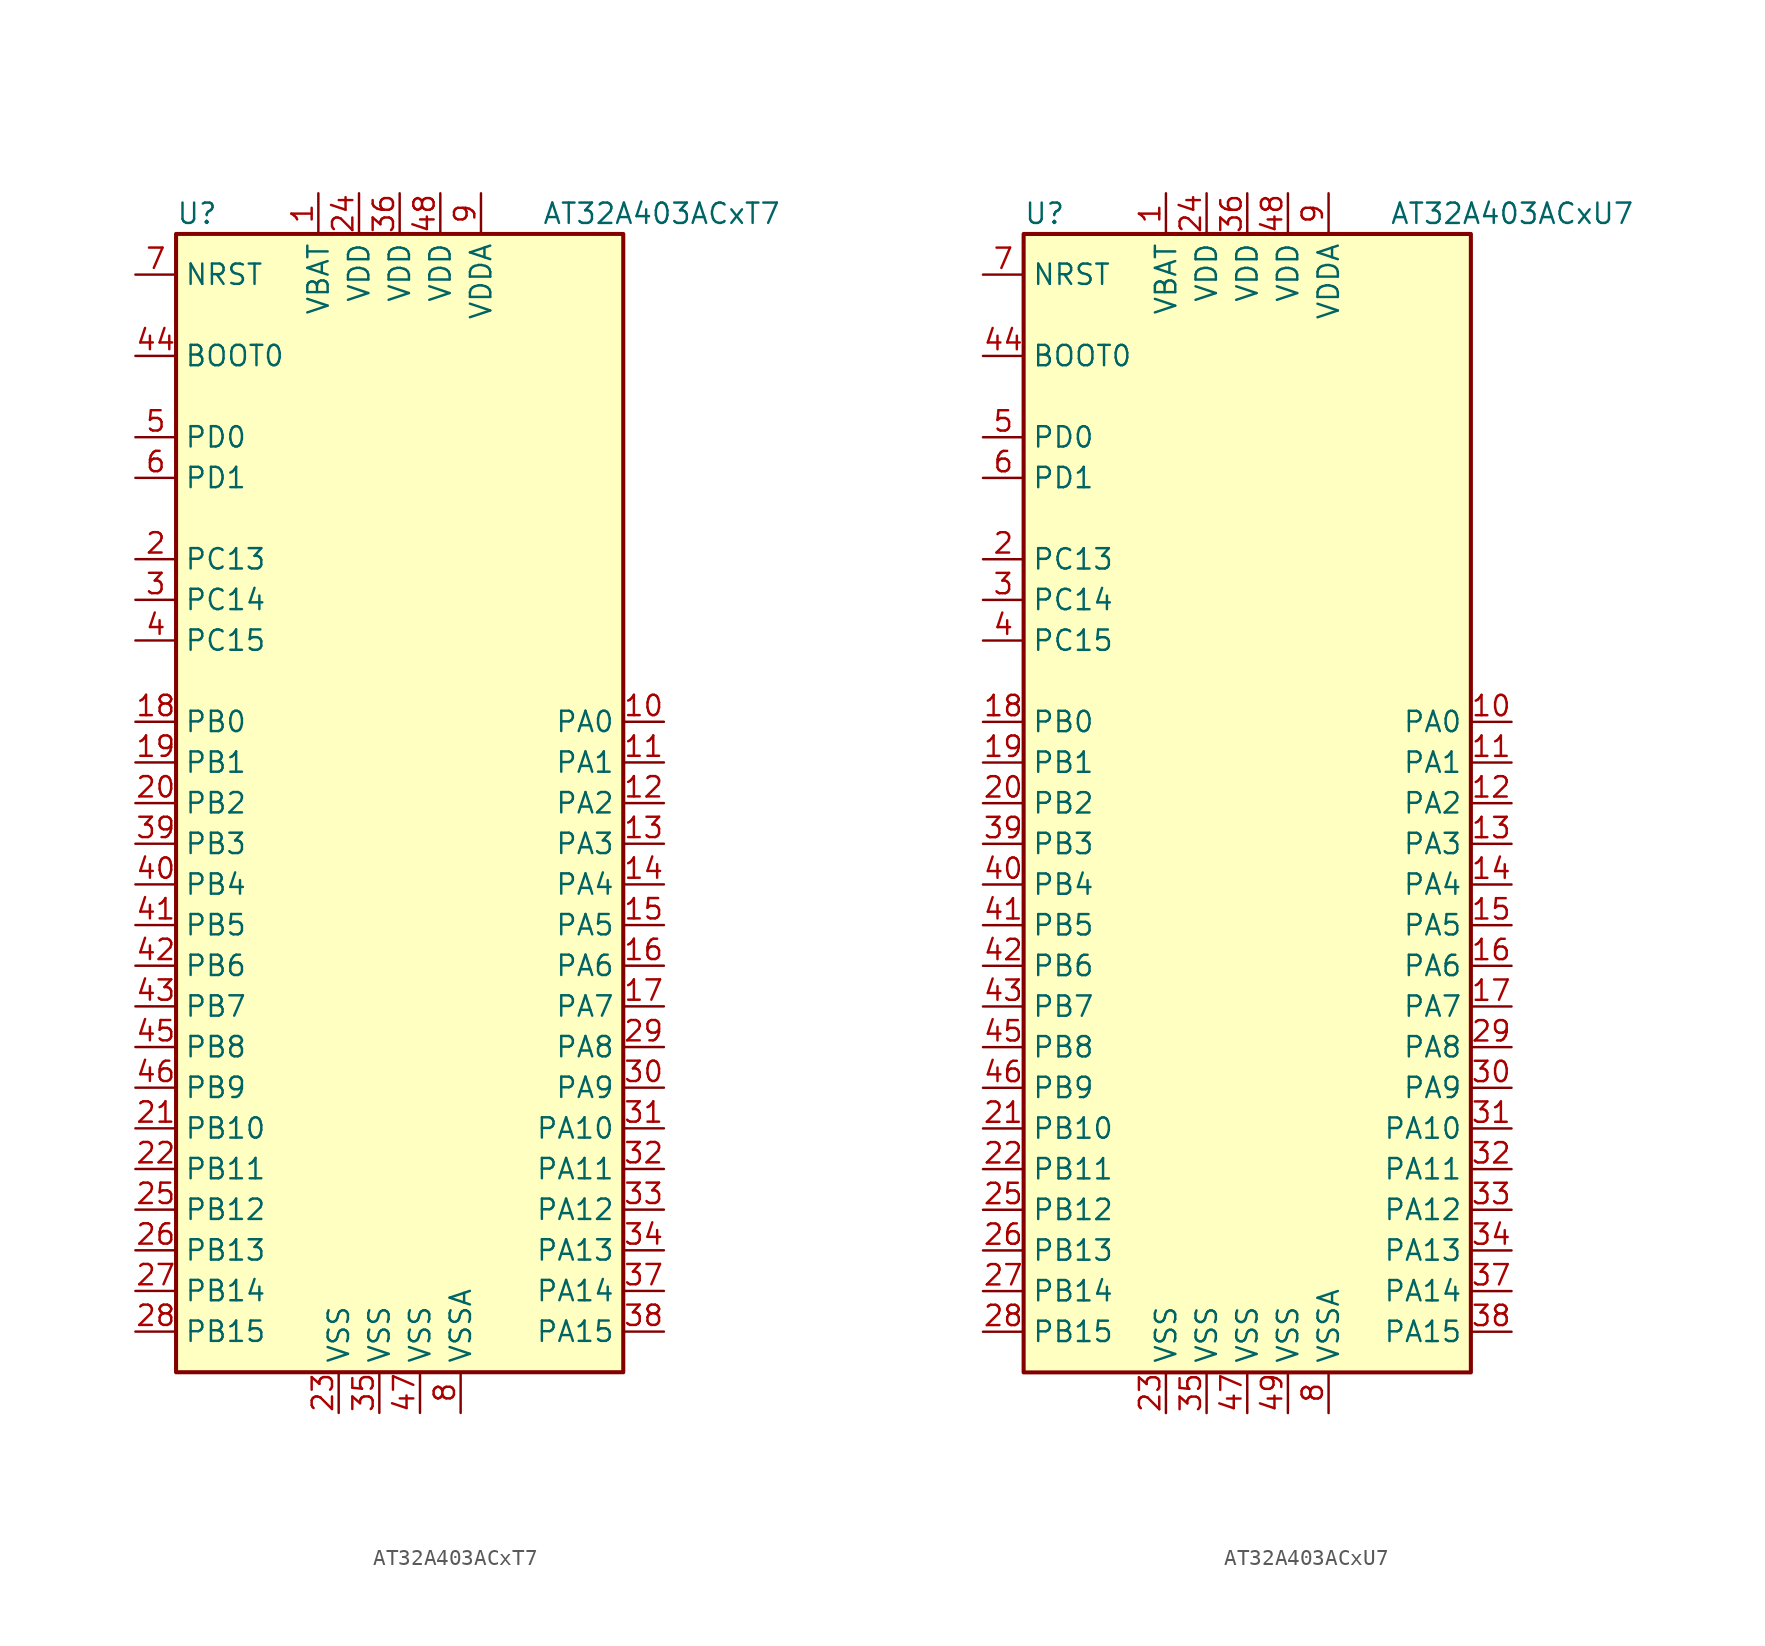
<source format=kicad_sym>
(kicad_symbol_lib
  (version 20220331)
  (generator kicad_symbol_editor)
  (symbol "AT32A403ACxT7"
    (property "Reference" "U"
      (at -13.97 36.83 0)
      (effects (font (size 1.27 1.27)) (justify left)))
    (property "Value" "AT32A403ACxT7"
      (at 8.89 36.83 0)
      (effects (font (size 1.27 1.27)) (justify left)))
    (symbol "AT32A403ACxT7_0_1"
      (rectangle (start -13.97 35.56) (end 13.97 -35.56) (stroke (width 0.254) (type default)) (fill (type background))))
    (symbol "AT32A403ACxT7_1_1"
      (pin power_in line (at -5.08 38.1 270) (length 2.54) (name "VBAT" (effects (font (size 1.27 1.27)))) (number "1" (effects (font (size 1.27 1.27)))))
      (pin bidirectional line (at 16.51 5.08 180) (length 2.54) (name "PA0" (effects (font (size 1.27 1.27)))) (number "10" (effects (font (size 1.27 1.27)))))
      (pin bidirectional line (at 16.51 2.54 180) (length 2.54) (name "PA1" (effects (font (size 1.27 1.27)))) (number "11" (effects (font (size 1.27 1.27)))))
      (pin bidirectional line (at 16.51 0 180) (length 2.54) (name "PA2" (effects (font (size 1.27 1.27)))) (number "12" (effects (font (size 1.27 1.27)))))
      (pin bidirectional line (at 16.51 -2.54 180) (length 2.54) (name "PA3" (effects (font (size 1.27 1.27)))) (number "13" (effects (font (size 1.27 1.27)))))
      (pin bidirectional line (at 16.51 -5.08 180) (length 2.54) (name "PA4" (effects (font (size 1.27 1.27)))) (number "14" (effects (font (size 1.27 1.27)))))
      (pin bidirectional line (at 16.51 -7.62 180) (length 2.54) (name "PA5" (effects (font (size 1.27 1.27)))) (number "15" (effects (font (size 1.27 1.27)))))
      (pin bidirectional line (at 16.51 -10.16 180) (length 2.54) (name "PA6" (effects (font (size 1.27 1.27)))) (number "16" (effects (font (size 1.27 1.27)))))
      (pin bidirectional line (at 16.51 -12.7 180) (length 2.54) (name "PA7" (effects (font (size 1.27 1.27)))) (number "17" (effects (font (size 1.27 1.27)))))
      (pin bidirectional line (at -16.51 5.08 0) (length 2.54) (name "PB0" (effects (font (size 1.27 1.27)))) (number "18" (effects (font (size 1.27 1.27)))))
      (pin bidirectional line (at -16.51 2.54 0) (length 2.54) (name "PB1" (effects (font (size 1.27 1.27)))) (number "19" (effects (font (size 1.27 1.27)))))
      (pin bidirectional line (at -16.51 15.24 0) (length 2.54) (name "PC13" (effects (font (size 1.27 1.27)))) (number "2" (effects (font (size 1.27 1.27)))))
      (pin bidirectional line (at -16.51 0 0) (length 2.54) (name "PB2" (effects (font (size 1.27 1.27)))) (number "20" (effects (font (size 1.27 1.27)))))
      (pin bidirectional line (at -16.51 -20.32 0) (length 2.54) (name "PB10" (effects (font (size 1.27 1.27)))) (number "21" (effects (font (size 1.27 1.27)))))
      (pin bidirectional line (at -16.51 -22.86 0) (length 2.54) (name "PB11" (effects (font (size 1.27 1.27)))) (number "22" (effects (font (size 1.27 1.27)))))
      (pin power_in line (at -3.81 -38.1 90) (length 2.54) (name "VSS" (effects (font (size 1.27 1.27)))) (number "23" (effects (font (size 1.27 1.27)))))
      (pin power_in line (at -2.54 38.1 270) (length 2.54) (name "VDD" (effects (font (size 1.27 1.27)))) (number "24" (effects (font (size 1.27 1.27)))))
      (pin bidirectional line (at -16.51 -25.4 0) (length 2.54) (name "PB12" (effects (font (size 1.27 1.27)))) (number "25" (effects (font (size 1.27 1.27)))))
      (pin bidirectional line (at -16.51 -27.94 0) (length 2.54) (name "PB13" (effects (font (size 1.27 1.27)))) (number "26" (effects (font (size 1.27 1.27)))))
      (pin bidirectional line (at -16.51 -30.48 0) (length 2.54) (name "PB14" (effects (font (size 1.27 1.27)))) (number "27" (effects (font (size 1.27 1.27)))))
      (pin bidirectional line (at -16.51 -33.02 0) (length 2.54) (name "PB15" (effects (font (size 1.27 1.27)))) (number "28" (effects (font (size 1.27 1.27)))))
      (pin bidirectional line (at 16.51 -15.24 180) (length 2.54) (name "PA8" (effects (font (size 1.27 1.27)))) (number "29" (effects (font (size 1.27 1.27)))))
      (pin bidirectional line (at -16.51 12.7 0) (length 2.54) (name "PC14" (effects (font (size 1.27 1.27)))) (number "3" (effects (font (size 1.27 1.27)))))
      (pin bidirectional line (at 16.51 -17.78 180) (length 2.54) (name "PA9" (effects (font (size 1.27 1.27)))) (number "30" (effects (font (size 1.27 1.27)))))
      (pin bidirectional line (at 16.51 -20.32 180) (length 2.54) (name "PA10" (effects (font (size 1.27 1.27)))) (number "31" (effects (font (size 1.27 1.27)))))
      (pin bidirectional line (at 16.51 -22.86 180) (length 2.54) (name "PA11" (effects (font (size 1.27 1.27)))) (number "32" (effects (font (size 1.27 1.27)))))
      (pin bidirectional line (at 16.51 -25.4 180) (length 2.54) (name "PA12" (effects (font (size 1.27 1.27)))) (number "33" (effects (font (size 1.27 1.27)))))
      (pin bidirectional line (at 16.51 -27.94 180) (length 2.54) (name "PA13" (effects (font (size 1.27 1.27)))) (number "34" (effects (font (size 1.27 1.27)))))
      (pin power_in line (at -1.27 -38.1 90) (length 2.54) (name "VSS" (effects (font (size 1.27 1.27)))) (number "35" (effects (font (size 1.27 1.27)))))
      (pin power_in line (at 0 38.1 270) (length 2.54) (name "VDD" (effects (font (size 1.27 1.27)))) (number "36" (effects (font (size 1.27 1.27)))))
      (pin bidirectional line (at 16.51 -30.48 180) (length 2.54) (name "PA14" (effects (font (size 1.27 1.27)))) (number "37" (effects (font (size 1.27 1.27)))))
      (pin bidirectional line (at 16.51 -33.02 180) (length 2.54) (name "PA15" (effects (font (size 1.27 1.27)))) (number "38" (effects (font (size 1.27 1.27)))))
      (pin bidirectional line (at -16.51 -2.54 0) (length 2.54) (name "PB3" (effects (font (size 1.27 1.27)))) (number "39" (effects (font (size 1.27 1.27)))))
      (pin bidirectional line (at -16.51 10.16 0) (length 2.54) (name "PC15" (effects (font (size 1.27 1.27)))) (number "4" (effects (font (size 1.27 1.27)))))
      (pin bidirectional line (at -16.51 -5.08 0) (length 2.54) (name "PB4" (effects (font (size 1.27 1.27)))) (number "40" (effects (font (size 1.27 1.27)))))
      (pin bidirectional line (at -16.51 -7.62 0) (length 2.54) (name "PB5" (effects (font (size 1.27 1.27)))) (number "41" (effects (font (size 1.27 1.27)))))
      (pin bidirectional line (at -16.51 -10.16 0) (length 2.54) (name "PB6" (effects (font (size 1.27 1.27)))) (number "42" (effects (font (size 1.27 1.27)))))
      (pin bidirectional line (at -16.51 -12.7 0) (length 2.54) (name "PB7" (effects (font (size 1.27 1.27)))) (number "43" (effects (font (size 1.27 1.27)))))
      (pin input line (at -16.51 27.94 0) (length 2.54) (name "BOOT0" (effects (font (size 1.27 1.27)))) (number "44" (effects (font (size 1.27 1.27)))))
      (pin bidirectional line (at -16.51 -15.24 0) (length 2.54) (name "PB8" (effects (font (size 1.27 1.27)))) (number "45" (effects (font (size 1.27 1.27)))))
      (pin bidirectional line (at -16.51 -17.78 0) (length 2.54) (name "PB9" (effects (font (size 1.27 1.27)))) (number "46" (effects (font (size 1.27 1.27)))))
      (pin power_in line (at 1.27 -38.1 90) (length 2.54) (name "VSS" (effects (font (size 1.27 1.27)))) (number "47" (effects (font (size 1.27 1.27)))))
      (pin power_in line (at 2.54 38.1 270) (length 2.54) (name "VDD" (effects (font (size 1.27 1.27)))) (number "48" (effects (font (size 1.27 1.27)))))
      (pin input line (at -16.51 22.86 0) (length 2.54) (name "PD0" (effects (font (size 1.27 1.27)))) (number "5" (effects (font (size 1.27 1.27)))))
      (pin input line (at -16.51 20.32 0) (length 2.54) (name "PD1" (effects (font (size 1.27 1.27)))) (number "6" (effects (font (size 1.27 1.27)))))
      (pin input line (at -16.51 33.02 0) (length 2.54) (name "NRST" (effects (font (size 1.27 1.27)))) (number "7" (effects (font (size 1.27 1.27)))))
      (pin power_in line (at 3.81 -38.1 90) (length 2.54) (name "VSSA" (effects (font (size 1.27 1.27)))) (number "8" (effects (font (size 1.27 1.27)))))
      (pin power_in line (at 5.08 38.1 270) (length 2.54) (name "VDDA" (effects (font (size 1.27 1.27)))) (number "9" (effects (font (size 1.27 1.27)))))))
  (symbol "AT32A403ACxU7"
    (property "Reference" "U"
      (at -13.97 36.83 0)
      (effects (font (size 1.27 1.27)) (justify left)))
    (property "Value" "AT32A403ACxU7"
      (at 8.89 36.83 0)
      (effects (font (size 1.27 1.27)) (justify left)))
    (symbol "AT32A403ACxU7_0_1"
      (rectangle (start -13.97 35.56) (end 13.97 -35.56) (stroke (width 0.254) (type default)) (fill (type background))))
    (symbol "AT32A403ACxU7_1_1"
      (pin power_in line (at -5.08 38.1 270) (length 2.54) (name "VBAT" (effects (font (size 1.27 1.27)))) (number "1" (effects (font (size 1.27 1.27)))))
      (pin bidirectional line (at 16.51 5.08 180) (length 2.54) (name "PA0" (effects (font (size 1.27 1.27)))) (number "10" (effects (font (size 1.27 1.27)))))
      (pin bidirectional line (at 16.51 2.54 180) (length 2.54) (name "PA1" (effects (font (size 1.27 1.27)))) (number "11" (effects (font (size 1.27 1.27)))))
      (pin bidirectional line (at 16.51 0 180) (length 2.54) (name "PA2" (effects (font (size 1.27 1.27)))) (number "12" (effects (font (size 1.27 1.27)))))
      (pin bidirectional line (at 16.51 -2.54 180) (length 2.54) (name "PA3" (effects (font (size 1.27 1.27)))) (number "13" (effects (font (size 1.27 1.27)))))
      (pin bidirectional line (at 16.51 -5.08 180) (length 2.54) (name "PA4" (effects (font (size 1.27 1.27)))) (number "14" (effects (font (size 1.27 1.27)))))
      (pin bidirectional line (at 16.51 -7.62 180) (length 2.54) (name "PA5" (effects (font (size 1.27 1.27)))) (number "15" (effects (font (size 1.27 1.27)))))
      (pin bidirectional line (at 16.51 -10.16 180) (length 2.54) (name "PA6" (effects (font (size 1.27 1.27)))) (number "16" (effects (font (size 1.27 1.27)))))
      (pin bidirectional line (at 16.51 -12.7 180) (length 2.54) (name "PA7" (effects (font (size 1.27 1.27)))) (number "17" (effects (font (size 1.27 1.27)))))
      (pin bidirectional line (at -16.51 5.08 0) (length 2.54) (name "PB0" (effects (font (size 1.27 1.27)))) (number "18" (effects (font (size 1.27 1.27)))))
      (pin bidirectional line (at -16.51 2.54 0) (length 2.54) (name "PB1" (effects (font (size 1.27 1.27)))) (number "19" (effects (font (size 1.27 1.27)))))
      (pin bidirectional line (at -16.51 15.24 0) (length 2.54) (name "PC13" (effects (font (size 1.27 1.27)))) (number "2" (effects (font (size 1.27 1.27)))))
      (pin bidirectional line (at -16.51 0 0) (length 2.54) (name "PB2" (effects (font (size 1.27 1.27)))) (number "20" (effects (font (size 1.27 1.27)))))
      (pin bidirectional line (at -16.51 -20.32 0) (length 2.54) (name "PB10" (effects (font (size 1.27 1.27)))) (number "21" (effects (font (size 1.27 1.27)))))
      (pin bidirectional line (at -16.51 -22.86 0) (length 2.54) (name "PB11" (effects (font (size 1.27 1.27)))) (number "22" (effects (font (size 1.27 1.27)))))
      (pin power_in line (at -5.08 -38.1 90) (length 2.54) (name "VSS" (effects (font (size 1.27 1.27)))) (number "23" (effects (font (size 1.27 1.27)))))
      (pin power_in line (at -2.54 38.1 270) (length 2.54) (name "VDD" (effects (font (size 1.27 1.27)))) (number "24" (effects (font (size 1.27 1.27)))))
      (pin bidirectional line (at -16.51 -25.4 0) (length 2.54) (name "PB12" (effects (font (size 1.27 1.27)))) (number "25" (effects (font (size 1.27 1.27)))))
      (pin bidirectional line (at -16.51 -27.94 0) (length 2.54) (name "PB13" (effects (font (size 1.27 1.27)))) (number "26" (effects (font (size 1.27 1.27)))))
      (pin bidirectional line (at -16.51 -30.48 0) (length 2.54) (name "PB14" (effects (font (size 1.27 1.27)))) (number "27" (effects (font (size 1.27 1.27)))))
      (pin bidirectional line (at -16.51 -33.02 0) (length 2.54) (name "PB15" (effects (font (size 1.27 1.27)))) (number "28" (effects (font (size 1.27 1.27)))))
      (pin bidirectional line (at 16.51 -15.24 180) (length 2.54) (name "PA8" (effects (font (size 1.27 1.27)))) (number "29" (effects (font (size 1.27 1.27)))))
      (pin bidirectional line (at -16.51 12.7 0) (length 2.54) (name "PC14" (effects (font (size 1.27 1.27)))) (number "3" (effects (font (size 1.27 1.27)))))
      (pin bidirectional line (at 16.51 -17.78 180) (length 2.54) (name "PA9" (effects (font (size 1.27 1.27)))) (number "30" (effects (font (size 1.27 1.27)))))
      (pin bidirectional line (at 16.51 -20.32 180) (length 2.54) (name "PA10" (effects (font (size 1.27 1.27)))) (number "31" (effects (font (size 1.27 1.27)))))
      (pin bidirectional line (at 16.51 -22.86 180) (length 2.54) (name "PA11" (effects (font (size 1.27 1.27)))) (number "32" (effects (font (size 1.27 1.27)))))
      (pin bidirectional line (at 16.51 -25.4 180) (length 2.54) (name "PA12" (effects (font (size 1.27 1.27)))) (number "33" (effects (font (size 1.27 1.27)))))
      (pin bidirectional line (at 16.51 -27.94 180) (length 2.54) (name "PA13" (effects (font (size 1.27 1.27)))) (number "34" (effects (font (size 1.27 1.27)))))
      (pin power_in line (at -2.54 -38.1 90) (length 2.54) (name "VSS" (effects (font (size 1.27 1.27)))) (number "35" (effects (font (size 1.27 1.27)))))
      (pin power_in line (at 0 38.1 270) (length 2.54) (name "VDD" (effects (font (size 1.27 1.27)))) (number "36" (effects (font (size 1.27 1.27)))))
      (pin bidirectional line (at 16.51 -30.48 180) (length 2.54) (name "PA14" (effects (font (size 1.27 1.27)))) (number "37" (effects (font (size 1.27 1.27)))))
      (pin bidirectional line (at 16.51 -33.02 180) (length 2.54) (name "PA15" (effects (font (size 1.27 1.27)))) (number "38" (effects (font (size 1.27 1.27)))))
      (pin bidirectional line (at -16.51 -2.54 0) (length 2.54) (name "PB3" (effects (font (size 1.27 1.27)))) (number "39" (effects (font (size 1.27 1.27)))))
      (pin bidirectional line (at -16.51 10.16 0) (length 2.54) (name "PC15" (effects (font (size 1.27 1.27)))) (number "4" (effects (font (size 1.27 1.27)))))
      (pin bidirectional line (at -16.51 -5.08 0) (length 2.54) (name "PB4" (effects (font (size 1.27 1.27)))) (number "40" (effects (font (size 1.27 1.27)))))
      (pin bidirectional line (at -16.51 -7.62 0) (length 2.54) (name "PB5" (effects (font (size 1.27 1.27)))) (number "41" (effects (font (size 1.27 1.27)))))
      (pin bidirectional line (at -16.51 -10.16 0) (length 2.54) (name "PB6" (effects (font (size 1.27 1.27)))) (number "42" (effects (font (size 1.27 1.27)))))
      (pin bidirectional line (at -16.51 -12.7 0) (length 2.54) (name "PB7" (effects (font (size 1.27 1.27)))) (number "43" (effects (font (size 1.27 1.27)))))
      (pin input line (at -16.51 27.94 0) (length 2.54) (name "BOOT0" (effects (font (size 1.27 1.27)))) (number "44" (effects (font (size 1.27 1.27)))))
      (pin bidirectional line (at -16.51 -15.24 0) (length 2.54) (name "PB8" (effects (font (size 1.27 1.27)))) (number "45" (effects (font (size 1.27 1.27)))))
      (pin bidirectional line (at -16.51 -17.78 0) (length 2.54) (name "PB9" (effects (font (size 1.27 1.27)))) (number "46" (effects (font (size 1.27 1.27)))))
      (pin power_in line (at 0 -38.1 90) (length 2.54) (name "VSS" (effects (font (size 1.27 1.27)))) (number "47" (effects (font (size 1.27 1.27)))))
      (pin power_in line (at 2.54 38.1 270) (length 2.54) (name "VDD" (effects (font (size 1.27 1.27)))) (number "48" (effects (font (size 1.27 1.27)))))
      (pin power_in line (at 2.54 -38.1 90) (length 2.54) (name "VSS" (effects (font (size 1.27 1.27)))) (number "49" (effects (font (size 1.27 1.27)))))
      (pin input line (at -16.51 22.86 0) (length 2.54) (name "PD0" (effects (font (size 1.27 1.27)))) (number "5" (effects (font (size 1.27 1.27)))))
      (pin input line (at -16.51 20.32 0) (length 2.54) (name "PD1" (effects (font (size 1.27 1.27)))) (number "6" (effects (font (size 1.27 1.27)))))
      (pin input line (at -16.51 33.02 0) (length 2.54) (name "NRST" (effects (font (size 1.27 1.27)))) (number "7" (effects (font (size 1.27 1.27)))))
      (pin power_in line (at 5.08 -38.1 90) (length 2.54) (name "VSSA" (effects (font (size 1.27 1.27)))) (number "8" (effects (font (size 1.27 1.27)))))
      (pin power_in line (at 5.08 38.1 270) (length 2.54) (name "VDDA" (effects (font (size 1.27 1.27)))) (number "9" (effects (font (size 1.27 1.27))))))))
</source>
